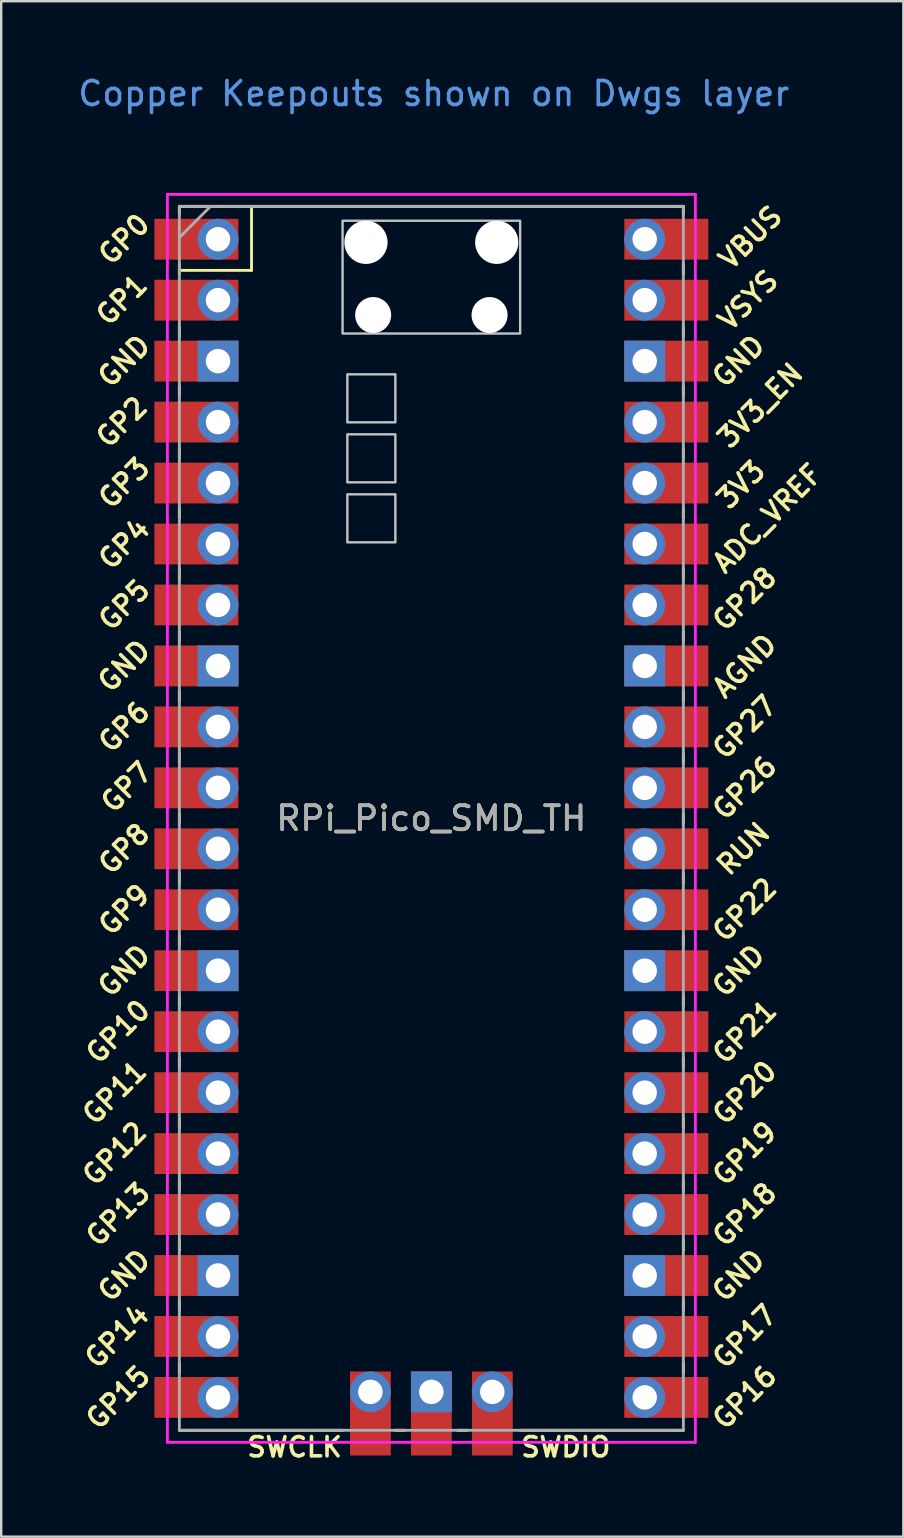
<source format=kicad_pcb>
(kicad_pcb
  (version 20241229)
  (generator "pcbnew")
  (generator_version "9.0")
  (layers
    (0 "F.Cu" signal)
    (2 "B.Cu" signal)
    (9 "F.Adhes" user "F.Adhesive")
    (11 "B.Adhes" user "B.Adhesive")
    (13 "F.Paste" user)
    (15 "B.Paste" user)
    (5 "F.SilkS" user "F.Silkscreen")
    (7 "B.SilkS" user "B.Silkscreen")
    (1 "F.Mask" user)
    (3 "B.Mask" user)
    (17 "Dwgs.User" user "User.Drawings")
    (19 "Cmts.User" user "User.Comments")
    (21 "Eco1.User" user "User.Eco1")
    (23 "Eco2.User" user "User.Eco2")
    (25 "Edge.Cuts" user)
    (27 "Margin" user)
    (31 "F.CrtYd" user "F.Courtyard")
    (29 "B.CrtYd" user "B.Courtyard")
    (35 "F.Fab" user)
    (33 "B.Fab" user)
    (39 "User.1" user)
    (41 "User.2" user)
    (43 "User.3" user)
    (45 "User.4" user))
  (footprint "RPi_Pico_SMD_TH"
    (layer "F.Cu")
    (at 14.924 31.048)
    (property "Reference" "RPi_Pico_SMD_TH" (at 0 0 0) (layer "F.SilkS") (effects (font (size 1 1) (thickness 0.15))))
    (attr through_hole)
    (fp_line (start -10.5 -25.5) (end -10.5 -25.2) (stroke (width 0.12) (type solid)) (layer "F.SilkS"))
    (fp_line (start -10.5 -25.5) (end 10.5 -25.5) (stroke (width 0.12) (type solid)) (layer "F.SilkS"))
    (fp_line (start -10.5 -23.1) (end -10.5 -22.7) (stroke (width 0.12) (type solid)) (layer "F.SilkS"))
    (fp_line (start -10.5 -22.833) (end -7.493 -22.833) (stroke (width 0.12) (type solid)) (layer "F.SilkS"))
    (fp_line (start -10.5 -20.5) (end -10.5 -20.1) (stroke (width 0.12) (type solid)) (layer "F.SilkS"))
    (fp_line (start -10.5 -18) (end -10.5 -17.6) (stroke (width 0.12) (type solid)) (layer "F.SilkS"))
    (fp_line (start -10.5 -15.4) (end -10.5 -15) (stroke (width 0.12) (type solid)) (layer "F.SilkS"))
    (fp_line (start -10.5 -12.9) (end -10.5 -12.5) (stroke (width 0.12) (type solid)) (layer "F.SilkS"))
    (fp_line (start -10.5 -10.4) (end -10.5 -10) (stroke (width 0.12) (type solid)) (layer "F.SilkS"))
    (fp_line (start -10.5 -7.8) (end -10.5 -7.4) (stroke (width 0.12) (type solid)) (layer "F.SilkS"))
    (fp_line (start -10.5 -5.3) (end -10.5 -4.9) (stroke (width 0.12) (type solid)) (layer "F.SilkS"))
    (fp_line (start -10.5 -2.7) (end -10.5 -2.3) (stroke (width 0.12) (type solid)) (layer "F.SilkS"))
    (fp_line (start -10.5 -0.2) (end -10.5 0.2) (stroke (width 0.12) (type solid)) (layer "F.SilkS"))
    (fp_line (start -10.5 2.3) (end -10.5 2.7) (stroke (width 0.12) (type solid)) (layer "F.SilkS"))
    (fp_line (start -10.5 4.9) (end -10.5 5.3) (stroke (width 0.12) (type solid)) (layer "F.SilkS"))
    (fp_line (start -10.5 7.4) (end -10.5 7.8) (stroke (width 0.12) (type solid)) (layer "F.SilkS"))
    (fp_line (start -10.5 10) (end -10.5 10.4) (stroke (width 0.12) (type solid)) (layer "F.SilkS"))
    (fp_line (start -10.5 12.5) (end -10.5 12.9) (stroke (width 0.12) (type solid)) (layer "F.SilkS"))
    (fp_line (start -10.5 15.1) (end -10.5 15.5) (stroke (width 0.12) (type solid)) (layer "F.SilkS"))
    (fp_line (start -10.5 17.6) (end -10.5 18) (stroke (width 0.12) (type solid)) (layer "F.SilkS"))
    (fp_line (start -10.5 20.1) (end -10.5 20.5) (stroke (width 0.12) (type solid)) (layer "F.SilkS"))
    (fp_line (start -10.5 22.7) (end -10.5 23.1) (stroke (width 0.12) (type solid)) (layer "F.SilkS"))
    (fp_line (start -7.493 -22.833) (end -7.493 -25.5) (stroke (width 0.12) (type solid)) (layer "F.SilkS"))
    (fp_line (start -3.7 25.5) (end -10.5 25.5) (stroke (width 0.12) (type solid)) (layer "F.SilkS"))
    (fp_line (start -1.5 25.5) (end -1.1 25.5) (stroke (width 0.12) (type solid)) (layer "F.SilkS"))
    (fp_line (start 1.1 25.5) (end 1.5 25.5) (stroke (width 0.12) (type solid)) (layer "F.SilkS"))
    (fp_line (start 10.5 -25.5) (end 10.5 -25.2) (stroke (width 0.12) (type solid)) (layer "F.SilkS"))
    (fp_line (start 10.5 -23.1) (end 10.5 -22.7) (stroke (width 0.12) (type solid)) (layer "F.SilkS"))
    (fp_line (start 10.5 -20.5) (end 10.5 -20.1) (stroke (width 0.12) (type solid)) (layer "F.SilkS"))
    (fp_line (start 10.5 -18) (end 10.5 -17.6) (stroke (width 0.12) (type solid)) (layer "F.SilkS"))
    (fp_line (start 10.5 -15.4) (end 10.5 -15) (stroke (width 0.12) (type solid)) (layer "F.SilkS"))
    (fp_line (start 10.5 -12.9) (end 10.5 -12.5) (stroke (width 0.12) (type solid)) (layer "F.SilkS"))
    (fp_line (start 10.5 -10.4) (end 10.5 -10) (stroke (width 0.12) (type solid)) (layer "F.SilkS"))
    (fp_line (start 10.5 -7.8) (end 10.5 -7.4) (stroke (width 0.12) (type solid)) (layer "F.SilkS"))
    (fp_line (start 10.5 -5.3) (end 10.5 -4.9) (stroke (width 0.12) (type solid)) (layer "F.SilkS"))
    (fp_line (start 10.5 -2.7) (end 10.5 -2.3) (stroke (width 0.12) (type solid)) (layer "F.SilkS"))
    (fp_line (start 10.5 -0.2) (end 10.5 0.2) (stroke (width 0.12) (type solid)) (layer "F.SilkS"))
    (fp_line (start 10.5 2.3) (end 10.5 2.7) (stroke (width 0.12) (type solid)) (layer "F.SilkS"))
    (fp_line (start 10.5 4.9) (end 10.5 5.3) (stroke (width 0.12) (type solid)) (layer "F.SilkS"))
    (fp_line (start 10.5 7.4) (end 10.5 7.8) (stroke (width 0.12) (type solid)) (layer "F.SilkS"))
    (fp_line (start 10.5 10) (end 10.5 10.4) (stroke (width 0.12) (type solid)) (layer "F.SilkS"))
    (fp_line (start 10.5 12.5) (end 10.5 12.9) (stroke (width 0.12) (type solid)) (layer "F.SilkS"))
    (fp_line (start 10.5 15.1) (end 10.5 15.5) (stroke (width 0.12) (type solid)) (layer "F.SilkS"))
    (fp_line (start 10.5 17.6) (end 10.5 18) (stroke (width 0.12) (type solid)) (layer "F.SilkS"))
    (fp_line (start 10.5 20.1) (end 10.5 20.5) (stroke (width 0.12) (type solid)) (layer "F.SilkS"))
    (fp_line (start 10.5 22.7) (end 10.5 23.1) (stroke (width 0.12) (type solid)) (layer "F.SilkS"))
    (fp_line (start 10.5 25.5) (end 3.7 25.5) (stroke (width 0.12) (type solid)) (layer "F.SilkS"))
    (fp_poly (pts (xy -1.5 -16.5) (xy -3.5 -16.5) (xy -3.5 -18.5) (xy -1.5 -18.5)) (stroke (width 0.1) (type solid)) (fill no) (layer "Dwgs.User"))
    (fp_poly (pts (xy -1.5 -14) (xy -3.5 -14) (xy -3.5 -16) (xy -1.5 -16)) (stroke (width 0.1) (type solid)) (fill no) (layer "Dwgs.User"))
    (fp_poly (pts (xy -1.5 -11.5) (xy -3.5 -11.5) (xy -3.5 -13.5) (xy -1.5 -13.5)) (stroke (width 0.1) (type solid)) (fill no) (layer "Dwgs.User"))
    (fp_poly (pts (xy 3.7 -20.2) (xy -3.7 -20.2) (xy -3.7 -24.9) (xy 3.7 -24.9)) (stroke (width 0.1) (type solid)) (fill no) (layer "Dwgs.User"))
    (fp_line (start -11 -26) (end 11 -26) (stroke (width 0.12) (type solid)) (layer "F.CrtYd"))
    (fp_line (start -11 26) (end -11 -26) (stroke (width 0.12) (type solid)) (layer "F.CrtYd"))
    (fp_line (start 11 -26) (end 11 26) (stroke (width 0.12) (type solid)) (layer "F.CrtYd"))
    (fp_line (start 11 26) (end -11 26) (stroke (width 0.12) (type solid)) (layer "F.CrtYd"))
    (fp_line (start -10.5 -25.5) (end 10.5 -25.5) (stroke (width 0.12) (type solid)) (layer "F.Fab"))
    (fp_line (start -10.5 -24.2) (end -9.2 -25.5) (stroke (width 0.12) (type solid)) (layer "F.Fab"))
    (fp_line (start -10.5 25.5) (end -10.5 -25.5) (stroke (width 0.12) (type solid)) (layer "F.Fab"))
    (fp_line (start 10.5 -25.5) (end 10.5 25.5) (stroke (width 0.12) (type solid)) (layer "F.Fab"))
    (fp_line (start 10.5 25.5) (end -10.5 25.5) (stroke (width 0.12) (type solid)) (layer "F.Fab"))
    (fp_text user "GP4" (at -12.8 -11.43 45) (layer "F.SilkS") (effects (font (size 0.8 0.8) (thickness 0.15))))
    (fp_text user "GND" (at 12.8 6.35 45) (layer "F.SilkS") (effects (font (size 0.8 0.8) (thickness 0.15))))
    (fp_text user "AGND" (at 13.054 -6.35 45) (layer "F.SilkS") (effects (font (size 0.8 0.8) (thickness 0.15))))
    (fp_text user "SWCLK" (at -5.7 26.2 0) (layer "F.SilkS") (effects (font (size 0.8 0.8) (thickness 0.15))))
    (fp_text user "ADC_VREF" (at 14 -12.5 45) (layer "F.SilkS") (effects (font (size 0.8 0.8) (thickness 0.15))))
    (fp_text user "GND" (at 12.8 -19.05 45) (layer "F.SilkS") (effects (font (size 0.8 0.8) (thickness 0.15))))
    (fp_text user "GP11" (at -13.2 11.43 45) (layer "F.SilkS") (effects (font (size 0.8 0.8) (thickness 0.15))))
    (fp_text user "RUN" (at 13 1.27 45) (layer "F.SilkS") (effects (font (size 0.8 0.8) (thickness 0.15))))
    (fp_text user "GP19" (at 13.054 13.97 45) (layer "F.SilkS") (effects (font (size 0.8 0.8) (thickness 0.15))))
    (fp_text user "3V3_EN" (at 13.7 -17.2 45) (layer "F.SilkS") (effects (font (size 0.8 0.8) (thickness 0.15))))
    (fp_text user "GP17" (at 13.054 21.59 45) (layer "F.SilkS") (effects (font (size 0.8 0.8) (thickness 0.15))))
    (fp_text user "GP9" (at -12.8 3.81 45) (layer "F.SilkS") (effects (font (size 0.8 0.8) (thickness 0.15))))
    (fp_text user "GND" (at -12.8 19.05 45) (layer "F.SilkS") (effects (font (size 0.8 0.8) (thickness 0.15))))
    (fp_text user "GP15" (at -13.054 24.13 45) (layer "F.SilkS") (effects (font (size 0.8 0.8) (thickness 0.15))))
    (fp_text user "GP20" (at 13.054 11.43 45) (layer "F.SilkS") (effects (font (size 0.8 0.8) (thickness 0.15))))
    (fp_text user "GP22" (at 13.054 3.81 45) (layer "F.SilkS") (effects (font (size 0.8 0.8) (thickness 0.15))))
    (fp_text user "GP12" (at -13.2 13.97 45) (layer "F.SilkS") (effects (font (size 0.8 0.8) (thickness 0.15))))
    (fp_text user "GP7" (at -12.7 -1.3 45) (layer "F.SilkS") (effects (font (size 0.8 0.8) (thickness 0.15))))
    (fp_text user "GP6" (at -12.8 -3.81 45) (layer "F.SilkS") (effects (font (size 0.8 0.8) (thickness 0.15))))
    (fp_text user "GP14" (at -13.1 21.59 45) (layer "F.SilkS") (effects (font (size 0.8 0.8) (thickness 0.15))))
    (fp_text user "GP0" (at -12.8 -24.13 45) (layer "F.SilkS") (effects (font (size 0.8 0.8) (thickness 0.15))))
    (fp_text user "GP2" (at -12.9 -16.51 45) (layer "F.SilkS") (effects (font (size 0.8 0.8) (thickness 0.15))))
    (fp_text user "GP13" (at -13.054 16.51 45) (layer "F.SilkS") (effects (font (size 0.8 0.8) (thickness 0.15))))
    (fp_text user "GND" (at -12.8 -19.05 45) (layer "F.SilkS") (effects (font (size 0.8 0.8) (thickness 0.15))))
    (fp_text user "GP10" (at -13.054 8.89 45) (layer "F.SilkS") (effects (font (size 0.8 0.8) (thickness 0.15))))
    (fp_text user "3V3" (at 12.9 -13.9 45) (layer "F.SilkS") (effects (font (size 0.8 0.8) (thickness 0.15))))
    (fp_text user "GND" (at -12.8 6.35 45) (layer "F.SilkS") (effects (font (size 0.8 0.8) (thickness 0.15))))
    (fp_text user "GP27" (at 13.054 -3.8 45) (layer "F.SilkS") (effects (font (size 0.8 0.8) (thickness 0.15))))
    (fp_text user "GP3" (at -12.8 -13.97 45) (layer "F.SilkS") (effects (font (size 0.8 0.8) (thickness 0.15))))
    (fp_text user "VSYS" (at 13.2 -21.59 45) (layer "F.SilkS") (effects (font (size 0.8 0.8) (thickness 0.15))))
    (fp_text user "GP26" (at 13.054 -1.27 45) (layer "F.SilkS") (effects (font (size 0.8 0.8) (thickness 0.15))))
    (fp_text user "GP5" (at -12.8 -8.89 45) (layer "F.SilkS") (effects (font (size 0.8 0.8) (thickness 0.15))))
    (fp_text user "GP21" (at 13.054 8.9 45) (layer "F.SilkS") (effects (font (size 0.8 0.8) (thickness 0.15))))
    (fp_text user "GP28" (at 13.054 -9.144 45) (layer "F.SilkS") (effects (font (size 0.8 0.8) (thickness 0.15))))
    (fp_text user "GP16" (at 13.054 24.13 45) (layer "F.SilkS") (effects (font (size 0.8 0.8) (thickness 0.15))))
    (fp_text user "VBUS" (at 13.3 -24.2 45) (layer "F.SilkS") (effects (font (size 0.8 0.8) (thickness 0.15))))
    (fp_text user "SWDIO" (at 5.6 26.2 0) (layer "F.SilkS") (effects (font (size 0.8 0.8) (thickness 0.15))))
    (fp_text user "GP8" (at -12.8 1.27 45) (layer "F.SilkS") (effects (font (size 0.8 0.8) (thickness 0.15))))
    (fp_text user "GP1" (at -12.9 -21.6 45) (layer "F.SilkS") (effects (font (size 0.8 0.8) (thickness 0.15))))
    (fp_text user "GP18" (at 13.054 16.51 45) (layer "F.SilkS") (effects (font (size 0.8 0.8) (thickness 0.15))))
    (fp_text user "GND" (at 12.8 19.05 45) (layer "F.SilkS") (effects (font (size 0.8 0.8) (thickness 0.15))))
    (fp_text user "GND" (at -12.8 -6.35 45) (layer "F.SilkS") (effects (font (size 0.8 0.8) (thickness 0.15))))
    (fp_text user "Copper Keepouts shown on Dwgs layer" (at 0.1 -30.2 0) (layer "Cmts.User") (effects (font (size 1 1) (thickness 0.15))))
    (fp_text user "${REFERENCE}" (at 0 0 180) (layer "F.Fab") (effects (font (size 1 1) (thickness 0.15))))
    (pad "" np_thru_hole oval (at -2.725 -24) (size 1.8 1.8) (drill 1.8) (layers "*.Cu" "*.Mask"))
    (pad "" np_thru_hole oval (at -2.425 -20.97) (size 1.5 1.5) (drill 1.5) (layers "*.Cu" "*.Mask"))
    (pad "" np_thru_hole oval (at 2.425 -20.97) (size 1.5 1.5) (drill 1.5) (layers "*.Cu" "*.Mask"))
    (pad "" np_thru_hole oval (at 2.725 -24) (size 1.8 1.8) (drill 1.8) (layers "*.Cu" "*.Mask"))
    (pad "1" thru_hole oval (at -8.89 -24.13) (size 1.7 1.7) (drill 1.02) (layers "*.Cu" "*.Mask"))
    (pad "1" smd rect (at -8.89 -24.13) (size 3.5 1.7) (drill (offset -0.9 0)) (layers "F.Cu" "F.Mask"))
    (pad "2" thru_hole oval (at -8.89 -21.59) (size 1.7 1.7) (drill 1.02) (layers "*.Cu" "*.Mask"))
    (pad "2" smd rect (at -8.89 -21.59) (size 3.5 1.7) (drill (offset -0.9 0)) (layers "F.Cu" "F.Mask"))
    (pad "3" thru_hole rect (at -8.89 -19.05) (size 1.7 1.7) (drill 1.02) (layers "*.Cu" "*.Mask"))
    (pad "3" smd rect (at -8.89 -19.05) (size 3.5 1.7) (drill (offset -0.9 0)) (layers "F.Cu" "F.Mask"))
    (pad "4" thru_hole oval (at -8.89 -16.51) (size 1.7 1.7) (drill 1.02) (layers "*.Cu" "*.Mask"))
    (pad "4" smd rect (at -8.89 -16.51) (size 3.5 1.7) (drill (offset -0.9 0)) (layers "F.Cu" "F.Mask"))
    (pad "5" thru_hole oval (at -8.89 -13.97) (size 1.7 1.7) (drill 1.02) (layers "*.Cu" "*.Mask"))
    (pad "5" smd rect (at -8.89 -13.97) (size 3.5 1.7) (drill (offset -0.9 0)) (layers "F.Cu" "F.Mask"))
    (pad "6" thru_hole oval (at -8.89 -11.43) (size 1.7 1.7) (drill 1.02) (layers "*.Cu" "*.Mask"))
    (pad "6" smd rect (at -8.89 -11.43) (size 3.5 1.7) (drill (offset -0.9 0)) (layers "F.Cu" "F.Mask"))
    (pad "7" thru_hole oval (at -8.89 -8.89) (size 1.7 1.7) (drill 1.02) (layers "*.Cu" "*.Mask"))
    (pad "7" smd rect (at -8.89 -8.89) (size 3.5 1.7) (drill (offset -0.9 0)) (layers "F.Cu" "F.Mask"))
    (pad "8" thru_hole rect (at -8.89 -6.35) (size 1.7 1.7) (drill 1.02) (layers "*.Cu" "*.Mask"))
    (pad "8" smd rect (at -8.89 -6.35) (size 3.5 1.7) (drill (offset -0.9 0)) (layers "F.Cu" "F.Mask"))
    (pad "9" thru_hole oval (at -8.89 -3.81) (size 1.7 1.7) (drill 1.02) (layers "*.Cu" "*.Mask"))
    (pad "9" smd rect (at -8.89 -3.81) (size 3.5 1.7) (drill (offset -0.9 0)) (layers "F.Cu" "F.Mask"))
    (pad "10" thru_hole oval (at -8.89 -1.27) (size 1.7 1.7) (drill 1.02) (layers "*.Cu" "*.Mask"))
    (pad "10" smd rect (at -8.89 -1.27) (size 3.5 1.7) (drill (offset -0.9 0)) (layers "F.Cu" "F.Mask"))
    (pad "11" thru_hole oval (at -8.89 1.27) (size 1.7 1.7) (drill 1.02) (layers "*.Cu" "*.Mask"))
    (pad "11" smd rect (at -8.89 1.27) (size 3.5 1.7) (drill (offset -0.9 0)) (layers "F.Cu" "F.Mask"))
    (pad "12" thru_hole oval (at -8.89 3.81) (size 1.7 1.7) (drill 1.02) (layers "*.Cu" "*.Mask"))
    (pad "12" smd rect (at -8.89 3.81) (size 3.5 1.7) (drill (offset -0.9 0)) (layers "F.Cu" "F.Mask"))
    (pad "13" thru_hole rect (at -8.89 6.35) (size 1.7 1.7) (drill 1.02) (layers "*.Cu" "*.Mask"))
    (pad "13" smd rect (at -8.89 6.35) (size 3.5 1.7) (drill (offset -0.9 0)) (layers "F.Cu" "F.Mask"))
    (pad "14" thru_hole oval (at -8.89 8.89) (size 1.7 1.7) (drill 1.02) (layers "*.Cu" "*.Mask"))
    (pad "14" smd rect (at -8.89 8.89) (size 3.5 1.7) (drill (offset -0.9 0)) (layers "F.Cu" "F.Mask"))
    (pad "15" thru_hole oval (at -8.89 11.43) (size 1.7 1.7) (drill 1.02) (layers "*.Cu" "*.Mask"))
    (pad "15" smd rect (at -8.89 11.43) (size 3.5 1.7) (drill (offset -0.9 0)) (layers "F.Cu" "F.Mask"))
    (pad "16" thru_hole oval (at -8.89 13.97) (size 1.7 1.7) (drill 1.02) (layers "*.Cu" "*.Mask"))
    (pad "16" smd rect (at -8.89 13.97) (size 3.5 1.7) (drill (offset -0.9 0)) (layers "F.Cu" "F.Mask"))
    (pad "17" thru_hole oval (at -8.89 16.51) (size 1.7 1.7) (drill 1.02) (layers "*.Cu" "*.Mask"))
    (pad "17" smd rect (at -8.89 16.51) (size 3.5 1.7) (drill (offset -0.9 0)) (layers "F.Cu" "F.Mask"))
    (pad "18" thru_hole rect (at -8.89 19.05) (size 1.7 1.7) (drill 1.02) (layers "*.Cu" "*.Mask"))
    (pad "18" smd rect (at -8.89 19.05) (size 3.5 1.7) (drill (offset -0.9 0)) (layers "F.Cu" "F.Mask"))
    (pad "19" thru_hole oval (at -8.89 21.59) (size 1.7 1.7) (drill 1.02) (layers "*.Cu" "*.Mask"))
    (pad "19" smd rect (at -8.89 21.59) (size 3.5 1.7) (drill (offset -0.9 0)) (layers "F.Cu" "F.Mask"))
    (pad "20" thru_hole oval (at -8.89 24.13) (size 1.7 1.7) (drill 1.02) (layers "*.Cu" "*.Mask"))
    (pad "20" smd rect (at -8.89 24.13) (size 3.5 1.7) (drill (offset -0.9 0)) (layers "F.Cu" "F.Mask"))
    (pad "21" thru_hole oval (at 8.89 24.13) (size 1.7 1.7) (drill 1.02) (layers "*.Cu" "*.Mask"))
    (pad "21" smd rect (at 8.89 24.13) (size 3.5 1.7) (drill (offset 0.9 0)) (layers "F.Cu" "F.Mask"))
    (pad "22" thru_hole oval (at 8.89 21.59) (size 1.7 1.7) (drill 1.02) (layers "*.Cu" "*.Mask"))
    (pad "22" smd rect (at 8.89 21.59) (size 3.5 1.7) (drill (offset 0.9 0)) (layers "F.Cu" "F.Mask"))
    (pad "23" thru_hole rect (at 8.89 19.05) (size 1.7 1.7) (drill 1.02) (layers "*.Cu" "*.Mask"))
    (pad "23" smd rect (at 8.89 19.05) (size 3.5 1.7) (drill (offset 0.9 0)) (layers "F.Cu" "F.Mask"))
    (pad "24" thru_hole oval (at 8.89 16.51) (size 1.7 1.7) (drill 1.02) (layers "*.Cu" "*.Mask"))
    (pad "24" smd rect (at 8.89 16.51) (size 3.5 1.7) (drill (offset 0.9 0)) (layers "F.Cu" "F.Mask"))
    (pad "25" thru_hole oval (at 8.89 13.97) (size 1.7 1.7) (drill 1.02) (layers "*.Cu" "*.Mask"))
    (pad "25" smd rect (at 8.89 13.97) (size 3.5 1.7) (drill (offset 0.9 0)) (layers "F.Cu" "F.Mask"))
    (pad "26" thru_hole oval (at 8.89 11.43) (size 1.7 1.7) (drill 1.02) (layers "*.Cu" "*.Mask"))
    (pad "26" smd rect (at 8.89 11.43) (size 3.5 1.7) (drill (offset 0.9 0)) (layers "F.Cu" "F.Mask"))
    (pad "27" thru_hole oval (at 8.89 8.89) (size 1.7 1.7) (drill 1.02) (layers "*.Cu" "*.Mask"))
    (pad "27" smd rect (at 8.89 8.89) (size 3.5 1.7) (drill (offset 0.9 0)) (layers "F.Cu" "F.Mask"))
    (pad "28" thru_hole rect (at 8.89 6.35) (size 1.7 1.7) (drill 1.02) (layers "*.Cu" "*.Mask"))
    (pad "28" smd rect (at 8.89 6.35) (size 3.5 1.7) (drill (offset 0.9 0)) (layers "F.Cu" "F.Mask"))
    (pad "29" thru_hole oval (at 8.89 3.81) (size 1.7 1.7) (drill 1.02) (layers "*.Cu" "*.Mask"))
    (pad "29" smd rect (at 8.89 3.81) (size 3.5 1.7) (drill (offset 0.9 0)) (layers "F.Cu" "F.Mask"))
    (pad "30" thru_hole oval (at 8.89 1.27) (size 1.7 1.7) (drill 1.02) (layers "*.Cu" "*.Mask"))
    (pad "30" smd rect (at 8.89 1.27) (size 3.5 1.7) (drill (offset 0.9 0)) (layers "F.Cu" "F.Mask"))
    (pad "31" thru_hole oval (at 8.89 -1.27) (size 1.7 1.7) (drill 1.02) (layers "*.Cu" "*.Mask"))
    (pad "31" smd rect (at 8.89 -1.27) (size 3.5 1.7) (drill (offset 0.9 0)) (layers "F.Cu" "F.Mask"))
    (pad "32" thru_hole oval (at 8.89 -3.81) (size 1.7 1.7) (drill 1.02) (layers "*.Cu" "*.Mask"))
    (pad "32" smd rect (at 8.89 -3.81) (size 3.5 1.7) (drill (offset 0.9 0)) (layers "F.Cu" "F.Mask"))
    (pad "33" thru_hole rect (at 8.89 -6.35) (size 1.7 1.7) (drill 1.02) (layers "*.Cu" "*.Mask"))
    (pad "33" smd rect (at 8.89 -6.35) (size 3.5 1.7) (drill (offset 0.9 0)) (layers "F.Cu" "F.Mask"))
    (pad "34" thru_hole oval (at 8.89 -8.89) (size 1.7 1.7) (drill 1.02) (layers "*.Cu" "*.Mask"))
    (pad "34" smd rect (at 8.89 -8.89) (size 3.5 1.7) (drill (offset 0.9 0)) (layers "F.Cu" "F.Mask"))
    (pad "35" thru_hole oval (at 8.89 -11.43) (size 1.7 1.7) (drill 1.02) (layers "*.Cu" "*.Mask"))
    (pad "35" smd rect (at 8.89 -11.43) (size 3.5 1.7) (drill (offset 0.9 0)) (layers "F.Cu" "F.Mask"))
    (pad "36" thru_hole oval (at 8.89 -13.97) (size 1.7 1.7) (drill 1.02) (layers "*.Cu" "*.Mask"))
    (pad "36" smd rect (at 8.89 -13.97) (size 3.5 1.7) (drill (offset 0.9 0)) (layers "F.Cu" "F.Mask"))
    (pad "37" thru_hole oval (at 8.89 -16.51) (size 1.7 1.7) (drill 1.02) (layers "*.Cu" "*.Mask"))
    (pad "37" smd rect (at 8.89 -16.51) (size 3.5 1.7) (drill (offset 0.9 0)) (layers "F.Cu" "F.Mask"))
    (pad "38" thru_hole rect (at 8.89 -19.05) (size 1.7 1.7) (drill 1.02) (layers "*.Cu" "*.Mask"))
    (pad "38" smd rect (at 8.89 -19.05) (size 3.5 1.7) (drill (offset 0.9 0)) (layers "F.Cu" "F.Mask"))
    (pad "39" thru_hole oval (at 8.89 -21.59) (size 1.7 1.7) (drill 1.02) (layers "*.Cu" "*.Mask"))
    (pad "39" smd rect (at 8.89 -21.59) (size 3.5 1.7) (drill (offset 0.9 0)) (layers "F.Cu" "F.Mask"))
    (pad "40" thru_hole oval (at 8.89 -24.13) (size 1.7 1.7) (drill 1.02) (layers "*.Cu" "*.Mask"))
    (pad "40" smd rect (at 8.89 -24.13) (size 3.5 1.7) (drill (offset 0.9 0)) (layers "F.Cu" "F.Mask"))
    (pad "41" thru_hole oval (at -2.54 23.9) (size 1.7 1.7) (drill 1.02) (layers "*.Cu" "*.Mask"))
    (pad "41" smd rect (at -2.54 23.9 90) (size 3.5 1.7) (drill (offset -0.9 0)) (layers "F.Cu" "F.Mask"))
    (pad "42" thru_hole rect (at 0 23.9) (size 1.7 1.7) (drill 1.02) (layers "*.Cu" "*.Mask"))
    (pad "42" smd rect (at 0 23.9 90) (size 3.5 1.7) (drill (offset -0.9 0)) (layers "F.Cu" "F.Mask"))
    (pad "43" thru_hole oval (at 2.54 23.9) (size 1.7 1.7) (drill 1.02) (layers "*.Cu" "*.Mask"))
    (pad "43" smd rect (at 2.54 23.9 90) (size 3.5 1.7) (drill (offset -0.9 0)) (layers "F.Cu" "F.Mask")))
  (gr_rect
    (start -3 -3)
    (end 34.591 60.98)
    (stroke (width 0.1) (type default))
    (fill no)
    (layer "Edge.Cuts")))
</source>
